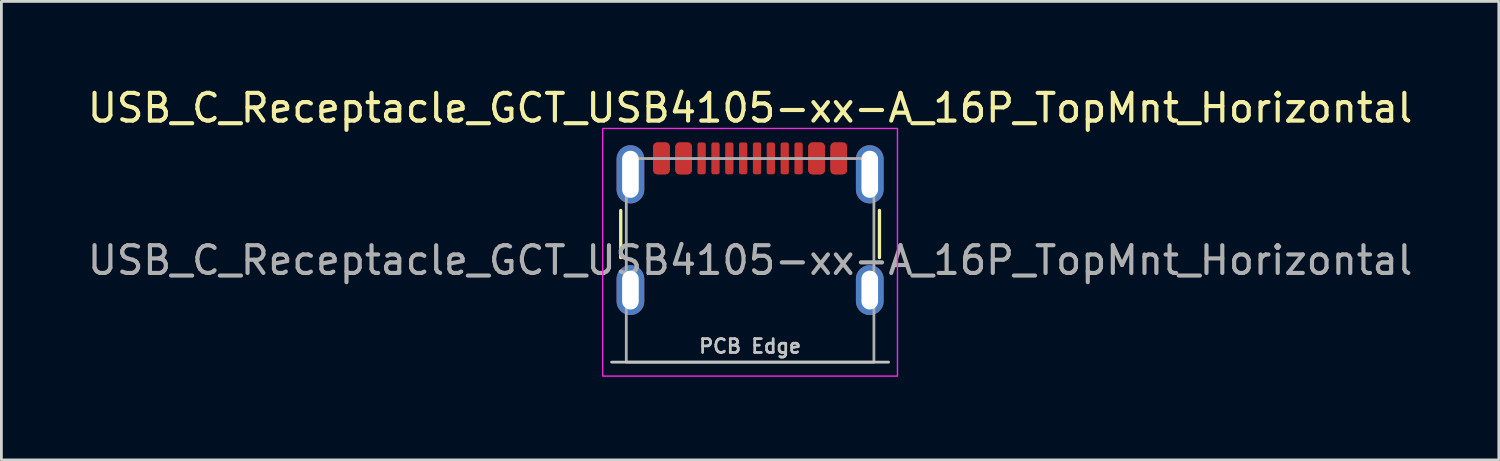
<source format=kicad_pcb>
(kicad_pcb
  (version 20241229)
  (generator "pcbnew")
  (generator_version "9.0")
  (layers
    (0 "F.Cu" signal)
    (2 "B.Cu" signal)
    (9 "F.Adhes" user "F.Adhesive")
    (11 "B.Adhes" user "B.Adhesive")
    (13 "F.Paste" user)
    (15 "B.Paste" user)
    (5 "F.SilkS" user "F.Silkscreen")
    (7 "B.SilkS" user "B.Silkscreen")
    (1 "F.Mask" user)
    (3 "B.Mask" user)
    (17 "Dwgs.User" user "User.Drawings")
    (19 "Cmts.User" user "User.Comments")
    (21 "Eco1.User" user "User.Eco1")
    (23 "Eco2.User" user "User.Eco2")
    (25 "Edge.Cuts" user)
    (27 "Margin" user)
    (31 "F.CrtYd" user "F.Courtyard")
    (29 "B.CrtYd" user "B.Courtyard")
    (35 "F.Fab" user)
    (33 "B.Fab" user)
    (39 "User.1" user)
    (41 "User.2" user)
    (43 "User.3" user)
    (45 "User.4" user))
  (footprint "USB_C_Receptacle_GCT_USB4105-xx-A_16P_TopMnt_Horizontal"
    (layer "F.Cu")
    (at 24.03 6.348)
    (property "Reference" "USB_C_Receptacle_GCT_USB4105-xx-A_16P_TopMnt_Horizontal" (at 0 -5.5 0) (unlocked yes) (layer "F.SilkS") (effects (font (size 1 1) (thickness 0.15))))
    (attr smd)
    (fp_line (start -4.67 -0.1) (end -4.67 -1.8) (stroke (width 0.12) (type solid)) (layer "F.SilkS"))
    (fp_line (start 4.67 -0.1) (end 4.67 -1.8) (stroke (width 0.12) (type solid)) (layer "F.SilkS"))
    (fp_line (start 5 3.675) (end -5 3.675) (stroke (width 0.1) (type solid)) (layer "Dwgs.User"))
    (fp_rect (start -5.32 -4.76) (end 5.32 4.18) (stroke (width 0.05) (type solid)) (fill no) (layer "F.CrtYd"))
    (fp_rect (start -4.47 -3.675) (end 4.47 3.675) (stroke (width 0.1) (type solid)) (fill no) (layer "F.Fab"))
    (fp_text user "PCB Edge" (at 0 3.1 0) (unlocked yes) (layer "Dwgs.User") (effects (font (size 0.5 0.5) (thickness 0.1))))
    (fp_text user "${REFERENCE}" (at 0 0 0) (unlocked yes) (layer "F.Fab") (effects (font (size 1 1) (thickness 0.15))))
    (pad "A1" smd roundrect (at -3.2 -3.68) (size 0.6 1.15) (layers "F.Cu" "F.Mask" "F.Paste") (roundrect_rratio 0.25))
    (pad "A4" smd roundrect (at -2.4 -3.68) (size 0.6 1.15) (layers "F.Cu" "F.Mask" "F.Paste") (roundrect_rratio 0.25))
    (pad "A5" smd roundrect (at -1.25 -3.68) (size 0.3 1.15) (layers "F.Cu" "F.Mask" "F.Paste") (roundrect_rratio 0.25))
    (pad "A6" smd roundrect (at -0.25 -3.68) (size 0.3 1.15) (layers "F.Cu" "F.Mask" "F.Paste") (roundrect_rratio 0.25))
    (pad "A7" smd roundrect (at 0.25 -3.68) (size 0.3 1.15) (layers "F.Cu" "F.Mask" "F.Paste") (roundrect_rratio 0.25))
    (pad "A8" smd roundrect (at 1.25 -3.68) (size 0.3 1.15) (layers "F.Cu" "F.Mask" "F.Paste") (roundrect_rratio 0.25))
    (pad "A9" smd roundrect (at 2.4 -3.68) (size 0.6 1.15) (layers "F.Cu" "F.Mask" "F.Paste") (roundrect_rratio 0.25))
    (pad "A12" smd roundrect (at 3.2 -3.68) (size 0.6 1.15) (layers "F.Cu" "F.Mask" "F.Paste") (roundrect_rratio 0.25))
    (pad "B1" smd roundrect (at 3.2 -3.68) (size 0.6 1.15) (layers "F.Cu" "F.Mask" "F.Paste") (roundrect_rratio 0.25))
    (pad "B4" smd roundrect (at 2.4 -3.68) (size 0.6 1.15) (layers "F.Cu" "F.Mask" "F.Paste") (roundrect_rratio 0.25))
    (pad "B5" smd roundrect (at 1.75 -3.68) (size 0.3 1.15) (layers "F.Cu" "F.Mask" "F.Paste") (roundrect_rratio 0.25))
    (pad "B6" smd roundrect (at 0.75 -3.68) (size 0.3 1.15) (layers "F.Cu" "F.Mask" "F.Paste") (roundrect_rratio 0.25))
    (pad "B7" smd roundrect (at -0.75 -3.68) (size 0.3 1.15) (layers "F.Cu" "F.Mask" "F.Paste") (roundrect_rratio 0.25))
    (pad "B8" smd roundrect (at -1.75 -3.68) (size 0.3 1.15) (layers "F.Cu" "F.Mask" "F.Paste") (roundrect_rratio 0.25))
    (pad "B9" smd roundrect (at -2.4 -3.68) (size 0.6 1.15) (layers "F.Cu" "F.Mask" "F.Paste") (roundrect_rratio 0.25))
    (pad "B12" smd roundrect (at -3.2 -3.68) (size 0.6 1.15) (layers "F.Cu" "F.Mask" "F.Paste") (roundrect_rratio 0.25))
    (pad "S1" thru_hole oval (at -4.32 -3.105) (size 1 2.1) (drill oval 0.6 1.7) (property pad_prop_heatsink) (layers "*.Cu" "*.Mask" "F.Paste"))
    (pad "S1" thru_hole oval (at -4.32 1.075) (size 1 1.8) (drill oval 0.6 1.4) (property pad_prop_heatsink) (layers "*.Cu" "*.Mask" "F.Paste"))
    (pad "S1" thru_hole oval (at 4.32 -3.105) (size 1 2.1) (drill oval 0.6 1.7) (property pad_prop_heatsink) (layers "*.Cu" "*.Mask" "F.Paste"))
    (pad "S1" thru_hole oval (at 4.32 1.075) (size 1 1.8) (drill oval 0.6 1.4) (property pad_prop_heatsink) (layers "*.Cu" "*.Mask" "F.Paste")))
  (gr_rect
    (start -3 -3)
    (end 51.06 13.553)
    (stroke (width 0.1) (type default))
    (fill no)
    (layer "Edge.Cuts")))
</source>
